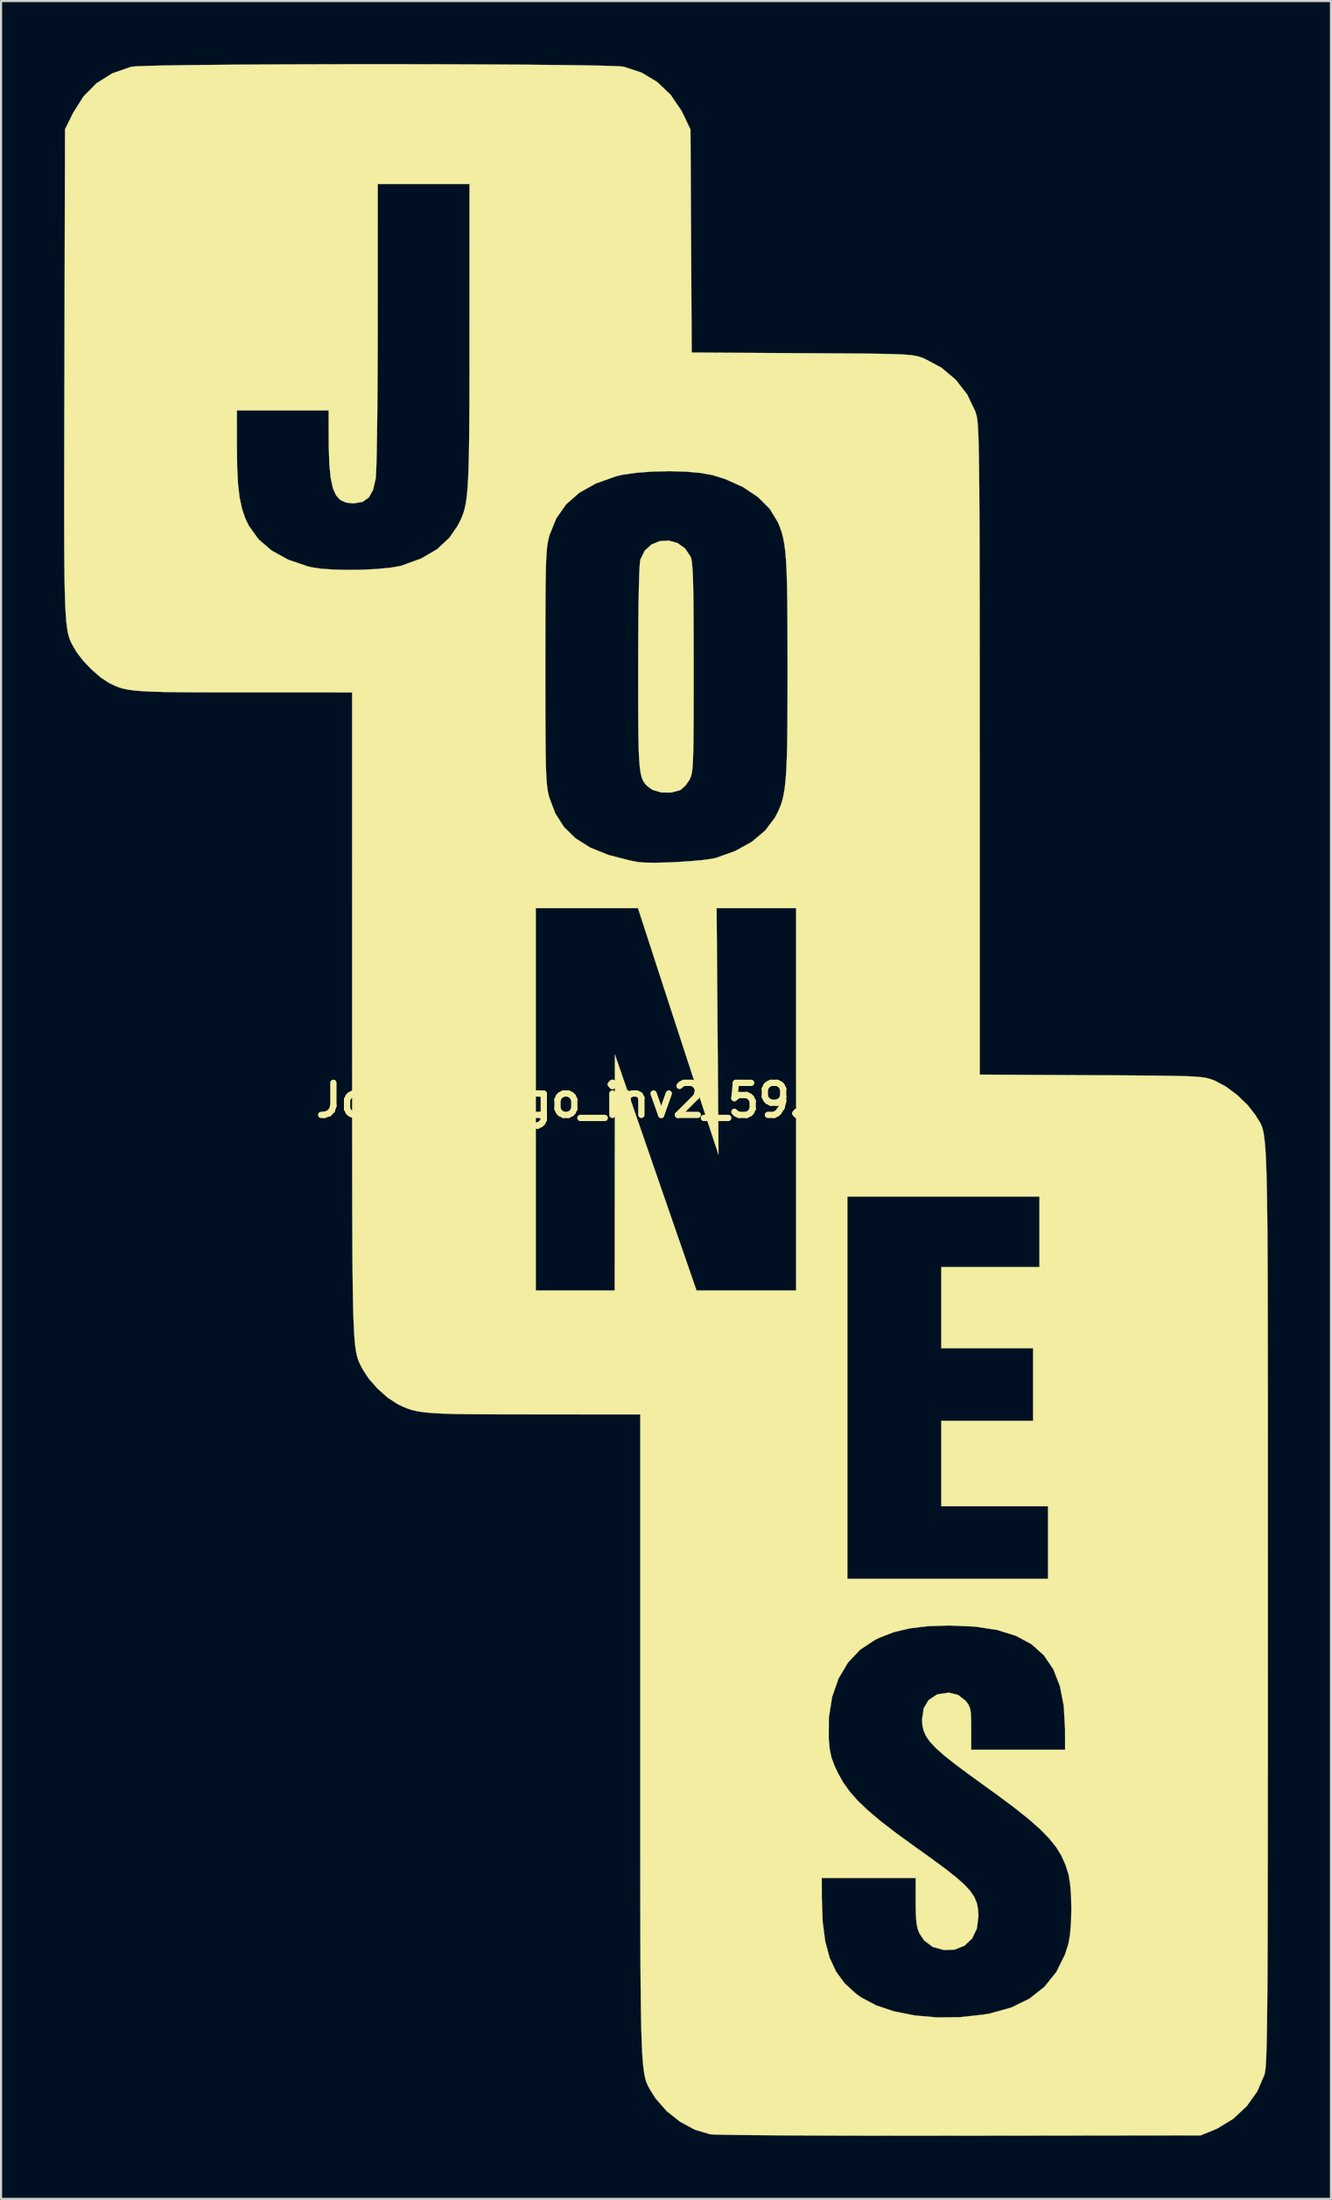
<source format=kicad_pcb>
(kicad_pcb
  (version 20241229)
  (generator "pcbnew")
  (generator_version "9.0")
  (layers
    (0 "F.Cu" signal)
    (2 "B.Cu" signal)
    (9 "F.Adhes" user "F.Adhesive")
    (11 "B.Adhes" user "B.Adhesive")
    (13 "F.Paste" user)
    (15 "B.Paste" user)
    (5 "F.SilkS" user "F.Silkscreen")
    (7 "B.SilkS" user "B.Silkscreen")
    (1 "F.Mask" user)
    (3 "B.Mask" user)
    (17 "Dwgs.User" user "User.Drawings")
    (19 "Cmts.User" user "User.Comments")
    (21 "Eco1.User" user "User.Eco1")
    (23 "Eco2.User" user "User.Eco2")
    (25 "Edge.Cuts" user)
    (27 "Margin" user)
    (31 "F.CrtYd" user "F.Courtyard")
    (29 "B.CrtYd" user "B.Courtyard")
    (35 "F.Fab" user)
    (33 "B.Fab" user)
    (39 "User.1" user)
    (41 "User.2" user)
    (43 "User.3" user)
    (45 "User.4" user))
  (footprint "Jones_logo_inv2_59.4x100.3"
    (layer "F.Cu")
    (at 28.239 49.287)
    (property "Reference" "Jones_logo_inv2_59.4x100.3" (at 0 0 0) (layer "F.SilkS") (effects (font (size 1.524 1.524) (thickness 0.3))))
    (attr through_hole)
    (fp_poly (pts (xy 0.954 -26.51) (xy 1.314 -26.257) (xy 1.579 -25.862) (xy 1.587 -25.843) (xy 1.621 -25.727) (xy 1.649 -25.542) (xy 1.671 -25.27) (xy 1.69 -24.898) (xy 1.704 -24.407) (xy 1.714 -23.782) (xy 1.721 -23.008) (xy 1.725 -22.067) (xy 1.727 -20.944) (xy 1.727 -20.573) (xy 1.727 -19.44) (xy 1.725 -18.493) (xy 1.722 -17.712) (xy 1.716 -17.079) (xy 1.707 -16.578) (xy 1.694 -16.188) (xy 1.677 -15.893) (xy 1.655 -15.674) (xy 1.626 -15.513) (xy 1.591 -15.391) (xy 1.549 -15.291) (xy 1.532 -15.256) (xy 1.343 -14.981) (xy 1.121 -14.78) (xy 1.07 -14.752) (xy 0.65 -14.641) (xy 0.196 -14.645) (xy -0.206 -14.76) (xy -0.354 -14.851) (xy -0.479 -14.952) (xy -0.583 -15.056) (xy -0.669 -15.179) (xy -0.739 -15.341) (xy -0.794 -15.558) (xy -0.836 -15.847) (xy -0.867 -16.228) (xy -0.889 -16.717) (xy -0.902 -17.332) (xy -0.91 -18.091) (xy -0.913 -19.012) (xy -0.914 -20.112) (xy -0.914 -20.545) (xy -0.911 -21.722) (xy -0.905 -22.773) (xy -0.894 -23.685) (xy -0.879 -24.447) (xy -0.861 -25.045) (xy -0.839 -25.467) (xy -0.814 -25.701) (xy -0.809 -25.724) (xy -0.602 -26.148) (xy -0.28 -26.44) (xy 0.115 -26.6) (xy 0.54 -26.624) (xy 0.954 -26.51)) (stroke (width 0.01) (type solid)) (fill yes) (layer "F.SilkS"))
    (fp_poly (pts (xy -11.272 -49.281) (xy -9.946 -49.278) (xy -8.66 -49.273) (xy -7.431 -49.267) (xy -6.276 -49.26) (xy -5.209 -49.25) (xy -4.249 -49.24) (xy -3.411 -49.227) (xy -2.711 -49.214) (xy -2.166 -49.198) (xy -1.791 -49.181) (xy -1.605 -49.163) (xy -0.756 -48.886) (xy -0.004 -48.434) (xy 0.637 -47.821) (xy 1.151 -47.06) (xy 1.253 -46.856) (xy 1.575 -46.177) (xy 1.632 -35.569) (xy 6.887 -35.539) (xy 8.054 -35.532) (xy 9.036 -35.526) (xy 9.852 -35.519) (xy 10.518 -35.51) (xy 11.054 -35.5) (xy 11.478 -35.486) (xy 11.807 -35.469) (xy 12.06 -35.447) (xy 12.254 -35.419) (xy 12.409 -35.385) (xy 12.542 -35.344) (xy 12.672 -35.295) (xy 12.726 -35.273) (xy 13.519 -34.85) (xy 14.199 -34.277) (xy 14.742 -33.581) (xy 15.122 -32.791) (xy 15.179 -32.616) (xy 15.201 -32.527) (xy 15.221 -32.409) (xy 15.239 -32.253) (xy 15.255 -32.049) (xy 15.27 -31.786) (xy 15.282 -31.456) (xy 15.293 -31.048) (xy 15.303 -30.554) (xy 15.311 -29.963) (xy 15.319 -29.265) (xy 15.324 -28.451) (xy 15.329 -27.511) (xy 15.333 -26.436) (xy 15.336 -25.215) (xy 15.338 -23.84) (xy 15.34 -22.3) (xy 15.341 -20.585) (xy 15.341 -18.687) (xy 15.342 -16.647) (xy 15.342 -1.226) (xy 20.65 -1.197) (xy 21.824 -1.191) (xy 22.813 -1.184) (xy 23.634 -1.178) (xy 24.306 -1.169) (xy 24.848 -1.159) (xy 25.276 -1.146) (xy 25.609 -1.129) (xy 25.865 -1.107) (xy 26.062 -1.08) (xy 26.218 -1.046) (xy 26.352 -1.006) (xy 26.48 -0.958) (xy 26.543 -0.933) (xy 27.064 -0.653) (xy 27.604 -0.249) (xy 28.094 0.222) (xy 28.466 0.699) (xy 28.502 0.759) (xy 28.564 0.86) (xy 28.622 0.95) (xy 28.675 1.036) (xy 28.723 1.126) (xy 28.767 1.229) (xy 28.807 1.353) (xy 28.843 1.505) (xy 28.876 1.695) (xy 28.905 1.93) (xy 28.931 2.218) (xy 28.953 2.569) (xy 28.973 2.989) (xy 28.99 3.487) (xy 29.005 4.071) (xy 29.017 4.75) (xy 29.027 5.531) (xy 29.035 6.423) (xy 29.042 7.434) (xy 29.047 8.572) (xy 29.051 9.846) (xy 29.053 11.263) (xy 29.055 12.831) (xy 29.056 14.56) (xy 29.057 16.457) (xy 29.057 18.53) (xy 29.057 20.787) (xy 29.056 23.238) (xy 29.056 23.985) (xy 29.057 26.48) (xy 29.056 28.78) (xy 29.056 30.893) (xy 29.055 32.827) (xy 29.054 34.59) (xy 29.052 36.19) (xy 29.049 37.636) (xy 29.047 38.936) (xy 29.043 40.097) (xy 29.039 41.127) (xy 29.034 42.035) (xy 29.028 42.83) (xy 29.021 43.518) (xy 29.013 44.108) (xy 29.004 44.608) (xy 28.994 45.027) (xy 28.984 45.372) (xy 28.971 45.651) (xy 28.958 45.873) (xy 28.943 46.045) (xy 28.927 46.176) (xy 28.91 46.274) (xy 28.894 46.337) (xy 28.557 47.126) (xy 28.051 47.837) (xy 27.407 48.438) (xy 26.653 48.897) (xy 26.442 48.989) (xy 25.857 49.225) (xy 14.427 49.24) (xy 12.91 49.241) (xy 11.443 49.241) (xy 10.04 49.239) (xy 8.715 49.236) (xy 7.481 49.232) (xy 6.351 49.227) (xy 5.339 49.22) (xy 4.459 49.213) (xy 3.725 49.204) (xy 3.149 49.195) (xy 2.746 49.185) (xy 2.529 49.174) (xy 2.504 49.171) (xy 1.787 48.956) (xy 1.083 48.578) (xy 0.444 48.073) (xy -0.079 47.476) (xy -0.237 47.232) (xy -0.313 47.105) (xy -0.382 46.989) (xy -0.444 46.875) (xy -0.5 46.752) (xy -0.55 46.611) (xy -0.594 46.441) (xy -0.633 46.233) (xy -0.668 45.978) (xy -0.697 45.664) (xy -0.722 45.283) (xy -0.744 44.824) (xy -0.761 44.278) (xy -0.776 43.634) (xy -0.787 42.883) (xy -0.796 42.016) (xy -0.803 41.021) (xy -0.807 39.89) (xy -0.81 38.612) (xy -0.812 37.178) (xy -0.812 36.982) (xy 7.823 36.982) (xy 7.826 37.973) (xy 7.867 39.069) (xy 7.988 39.998) (xy 8.198 40.781) (xy 8.507 41.442) (xy 8.922 42.004) (xy 9.454 42.489) (xy 9.697 42.663) (xy 10.41 43.042) (xy 11.272 43.33) (xy 12.248 43.523) (xy 13.302 43.616) (xy 14.401 43.604) (xy 15.507 43.484) (xy 15.85 43.424) (xy 16.852 43.144) (xy 17.71 42.723) (xy 18.422 42.161) (xy 18.987 41.459) (xy 19.403 40.62) (xy 19.563 40.119) (xy 19.64 39.683) (xy 19.687 39.114) (xy 19.704 38.479) (xy 19.691 37.842) (xy 19.647 37.271) (xy 19.573 36.831) (xy 19.569 36.815) (xy 19.425 36.359) (xy 19.236 35.935) (xy 18.986 35.525) (xy 18.657 35.112) (xy 18.232 34.676) (xy 17.696 34.201) (xy 17.03 33.669) (xy 16.218 33.062) (xy 15.597 32.614) (xy 14.798 32.036) (xy 14.152 31.554) (xy 13.644 31.15) (xy 13.258 30.808) (xy 12.978 30.509) (xy 12.788 30.238) (xy 12.672 29.978) (xy 12.614 29.711) (xy 12.599 29.429) (xy 12.677 28.914) (xy 12.909 28.524) (xy 13.289 28.271) (xy 13.369 28.242) (xy 13.864 28.168) (xy 14.31 28.277) (xy 14.673 28.558) (xy 14.675 28.561) (xy 14.795 28.719) (xy 14.871 28.882) (xy 14.914 29.099) (xy 14.932 29.42) (xy 14.935 29.878) (xy 14.935 30.886) (xy 19.406 30.886) (xy 19.404 29.896) (xy 19.343 28.8) (xy 19.159 27.856) (xy 18.846 27.055) (xy 18.397 26.394) (xy 17.807 25.866) (xy 17.068 25.466) (xy 16.174 25.188) (xy 15.119 25.026) (xy 13.897 24.974) (xy 13.868 24.974) (xy 12.864 25.008) (xy 12.009 25.11) (xy 11.26 25.289) (xy 10.572 25.553) (xy 10.364 25.654) (xy 9.65 26.125) (xy 9.067 26.745) (xy 8.62 27.499) (xy 8.316 28.374) (xy 8.161 29.358) (xy 8.156 30.363) (xy 8.201 30.855) (xy 8.284 31.25) (xy 8.43 31.645) (xy 8.591 31.988) (xy 8.84 32.434) (xy 9.149 32.868) (xy 9.537 33.308) (xy 10.025 33.775) (xy 10.63 34.284) (xy 11.373 34.856) (xy 12.273 35.508) (xy 12.324 35.544) (xy 13.113 36.109) (xy 13.748 36.579) (xy 14.247 36.974) (xy 14.625 37.312) (xy 14.898 37.611) (xy 15.084 37.888) (xy 15.199 38.163) (xy 15.259 38.453) (xy 15.28 38.776) (xy 15.28 38.811) (xy 15.206 39.39) (xy 14.98 39.86) (xy 14.623 40.199) (xy 14.159 40.388) (xy 13.639 40.409) (xy 13.108 40.263) (xy 12.7 39.955) (xy 12.472 39.617) (xy 12.386 39.397) (xy 12.332 39.111) (xy 12.303 38.712) (xy 12.294 38.157) (xy 12.294 38.125) (xy 12.294 36.982) (xy 7.823 36.982) (xy -0.812 36.982) (xy -0.813 35.577) (xy -0.813 33.8) (xy -0.813 31.837) (xy -0.813 30.255) (xy -0.813 14.935) (xy -5.867 14.934) (xy -7.073 14.933) (xy -8.094 14.93) (xy -8.95 14.924) (xy -9.659 14.913) (xy -10.24 14.895) (xy -10.711 14.87) (xy -11.093 14.835) (xy -11.403 14.79) (xy -11.661 14.732) (xy -11.885 14.661) (xy -12.094 14.575) (xy -12.306 14.473) (xy -12.384 14.433) (xy -12.846 14.13) (xy -13.32 13.707) (xy -13.74 13.231) (xy -14.027 12.79) (xy -14.093 12.663) (xy -14.153 12.545) (xy -14.207 12.427) (xy -14.256 12.299) (xy -14.299 12.15) (xy -14.338 11.971) (xy -14.372 11.752) (xy -14.401 11.483) (xy -14.427 11.154) (xy -14.449 10.756) (xy -14.467 10.277) (xy -14.483 9.709) (xy -14.495 9.042) (xy -14.505 8.264) (xy -14.513 7.368) (xy -14.518 6.342) (xy -14.522 5.176) (xy -14.525 3.862) (xy -14.526 2.388) (xy -14.527 0.746) (xy -14.527 -1.076) (xy -14.528 -3.087) (xy -14.528 -4.039) (xy -14.528 -9.144) (xy -5.791 -9.144) (xy -5.791 9.042) (xy -2.032 9.042) (xy -2.022 -2.184) (xy 1.863 9.042) (xy 6.604 9.042) (xy 6.604 4.572) (xy 9.042 4.572) (xy 9.042 22.758) (xy 18.593 22.758) (xy 18.593 19.304) (xy 13.513 19.304) (xy 13.513 15.24) (xy 17.882 15.24) (xy 17.882 11.786) (xy 13.513 11.786) (xy 13.513 7.925) (xy 18.186 7.925) (xy 18.186 4.572) (xy 9.042 4.572) (xy 6.604 4.572) (xy 6.604 -9.144) (xy 2.818 -9.144) (xy 2.864 -3.281) (xy 2.91 2.582) (xy 2.274 0.656) (xy 2.095 0.112) (xy 1.864 -0.59) (xy 1.595 -1.414) (xy 1.297 -2.323) (xy 0.984 -3.282) (xy 0.667 -4.255) (xy 0.358 -5.206) (xy 0.357 -5.207) (xy -0.924 -9.144) (xy -5.791 -9.144) (xy -14.528 -9.144) (xy -14.529 -19.406) (xy -19.685 -19.407) (xy -20.89 -19.407) (xy -21.911 -19.41) (xy -22.765 -19.415) (xy -23.472 -19.425) (xy -24.049 -19.441) (xy -24.516 -19.464) (xy -24.891 -19.495) (xy -25.192 -19.536) (xy -25.438 -19.587) (xy -25.648 -19.652) (xy -25.84 -19.729) (xy -26.032 -19.822) (xy -26.117 -19.866) (xy -26.492 -20.114) (xy -26.909 -20.474) (xy -27.055 -20.625) (xy -5.334 -20.625) (xy -5.334 -19.407) (xy -5.332 -18.375) (xy -5.328 -17.511) (xy -5.322 -16.796) (xy -5.313 -16.214) (xy -5.301 -15.745) (xy -5.284 -15.373) (xy -5.264 -15.08) (xy -5.238 -14.847) (xy -5.207 -14.658) (xy -5.169 -14.493) (xy -5.153 -14.431) (xy -4.864 -13.66) (xy -4.449 -13.007) (xy -3.896 -12.465) (xy -3.192 -12.022) (xy -2.326 -11.672) (xy -1.287 -11.405) (xy -0.914 -11.336) (xy -0.595 -11.308) (xy -0.126 -11.302) (xy 0.438 -11.314) (xy 1.047 -11.343) (xy 1.645 -11.384) (xy 2.182 -11.435) (xy 2.603 -11.493) (xy 2.788 -11.533) (xy 3.711 -11.864) (xy 4.499 -12.302) (xy 5.132 -12.835) (xy 5.594 -13.45) (xy 5.618 -13.493) (xy 5.74 -13.729) (xy 5.844 -13.964) (xy 5.931 -14.216) (xy 6.003 -14.503) (xy 6.06 -14.844) (xy 6.105 -15.256) (xy 6.139 -15.758) (xy 6.164 -16.369) (xy 6.181 -17.106) (xy 6.191 -17.987) (xy 6.196 -19.032) (xy 6.198 -20.257) (xy 6.198 -20.547) (xy 6.196 -21.81) (xy 6.192 -22.888) (xy 6.184 -23.8) (xy 6.17 -24.563) (xy 6.15 -25.197) (xy 6.121 -25.72) (xy 6.083 -26.15) (xy 6.035 -26.505) (xy 5.976 -26.804) (xy 5.903 -27.065) (xy 5.817 -27.306) (xy 5.733 -27.505) (xy 5.35 -28.133) (xy 4.79 -28.694) (xy 4.075 -29.173) (xy 3.224 -29.555) (xy 2.642 -29.737) (xy 2.08 -29.84) (xy 1.38 -29.904) (xy 0.599 -29.927) (xy -0.202 -29.91) (xy -0.963 -29.855) (xy -1.627 -29.763) (xy -1.978 -29.682) (xy -2.936 -29.339) (xy -3.721 -28.898) (xy -4.342 -28.351) (xy -4.808 -27.69) (xy -5.128 -26.907) (xy -5.152 -26.822) (xy -5.192 -26.663) (xy -5.226 -26.485) (xy -5.254 -26.272) (xy -5.276 -26.005) (xy -5.295 -25.668) (xy -5.308 -25.241) (xy -5.319 -24.707) (xy -5.326 -24.049) (xy -5.33 -23.249) (xy -5.333 -22.288) (xy -5.334 -21.149) (xy -5.334 -20.625) (xy -27.055 -20.625) (xy -27.305 -20.883) (xy -27.614 -21.28) (xy -27.673 -21.373) (xy -27.759 -21.519) (xy -27.837 -21.652) (xy -27.906 -21.783) (xy -27.966 -21.925) (xy -28.019 -22.088) (xy -28.065 -22.285) (xy -28.104 -22.527) (xy -28.137 -22.824) (xy -28.164 -23.19) (xy -28.186 -23.634) (xy -28.203 -24.17) (xy -28.216 -24.807) (xy -28.225 -25.558) (xy -28.231 -26.435) (xy -28.233 -27.448) (xy -28.234 -28.609) (xy -28.232 -29.93) (xy -28.229 -31.421) (xy -28.226 -32.817) (xy -20.015 -32.817) (xy -20.013 -31.013) (xy -20 -30.075) (xy -19.959 -29.305) (xy -19.885 -28.673) (xy -19.773 -28.145) (xy -19.618 -27.689) (xy -19.442 -27.322) (xy -18.982 -26.686) (xy -18.353 -26.147) (xy -17.57 -25.716) (xy -16.647 -25.402) (xy -16.458 -25.356) (xy -16.005 -25.287) (xy -15.411 -25.246) (xy -14.732 -25.23) (xy -14.023 -25.24) (xy -13.338 -25.275) (xy -12.732 -25.332) (xy -12.26 -25.412) (xy -12.17 -25.435) (xy -11.242 -25.773) (xy -10.484 -26.216) (xy -9.891 -26.769) (xy -9.517 -27.317) (xy -9.412 -27.514) (xy -9.321 -27.704) (xy -9.243 -27.904) (xy -9.176 -28.127) (xy -9.12 -28.388) (xy -9.074 -28.703) (xy -9.037 -29.086) (xy -9.007 -29.553) (xy -8.985 -30.119) (xy -8.968 -30.797) (xy -8.957 -31.605) (xy -8.949 -32.556) (xy -8.945 -33.665) (xy -8.943 -34.948) (xy -8.943 -36.398) (xy -8.941 -43.586) (xy -13.31 -43.586) (xy -13.312 -36.906) (xy -13.313 -35.739) (xy -13.318 -34.618) (xy -13.325 -33.56) (xy -13.334 -32.585) (xy -13.345 -31.712) (xy -13.357 -30.96) (xy -13.371 -30.348) (xy -13.387 -29.895) (xy -13.403 -29.62) (xy -13.408 -29.573) (xy -13.533 -29.036) (xy -13.737 -28.673) (xy -14.036 -28.467) (xy -14.449 -28.397) (xy -14.478 -28.397) (xy -14.815 -28.433) (xy -15.083 -28.552) (xy -15.29 -28.774) (xy -15.443 -29.115) (xy -15.547 -29.595) (xy -15.611 -30.23) (xy -15.64 -31.041) (xy -15.644 -31.521) (xy -15.646 -32.817) (xy -20.015 -32.817) (xy -28.226 -32.817) (xy -28.225 -33.096) (xy -28.221 -34.557) (xy -28.194 -46.188) (xy -27.811 -46.963) (xy -27.319 -47.746) (xy -26.698 -48.375) (xy -25.958 -48.842) (xy -25.107 -49.141) (xy -25.014 -49.162) (xy -24.825 -49.18) (xy -24.448 -49.197) (xy -23.902 -49.212) (xy -23.2 -49.226) (xy -22.361 -49.239) (xy -21.399 -49.249) (xy -20.332 -49.259) (xy -19.176 -49.266) (xy -17.947 -49.273) (xy -16.66 -49.277) (xy -15.334 -49.281) (xy -13.982 -49.282) (xy -12.623 -49.282) (xy -11.272 -49.281)) (stroke (width 0.01) (type solid)) (fill yes) (layer "F.SilkS")))
  (gr_rect
    (start -3 -3)
    (end 60.3 101.534)
    (stroke (width 0.1) (type default))
    (fill no)
    (layer "Edge.Cuts")))
</source>
